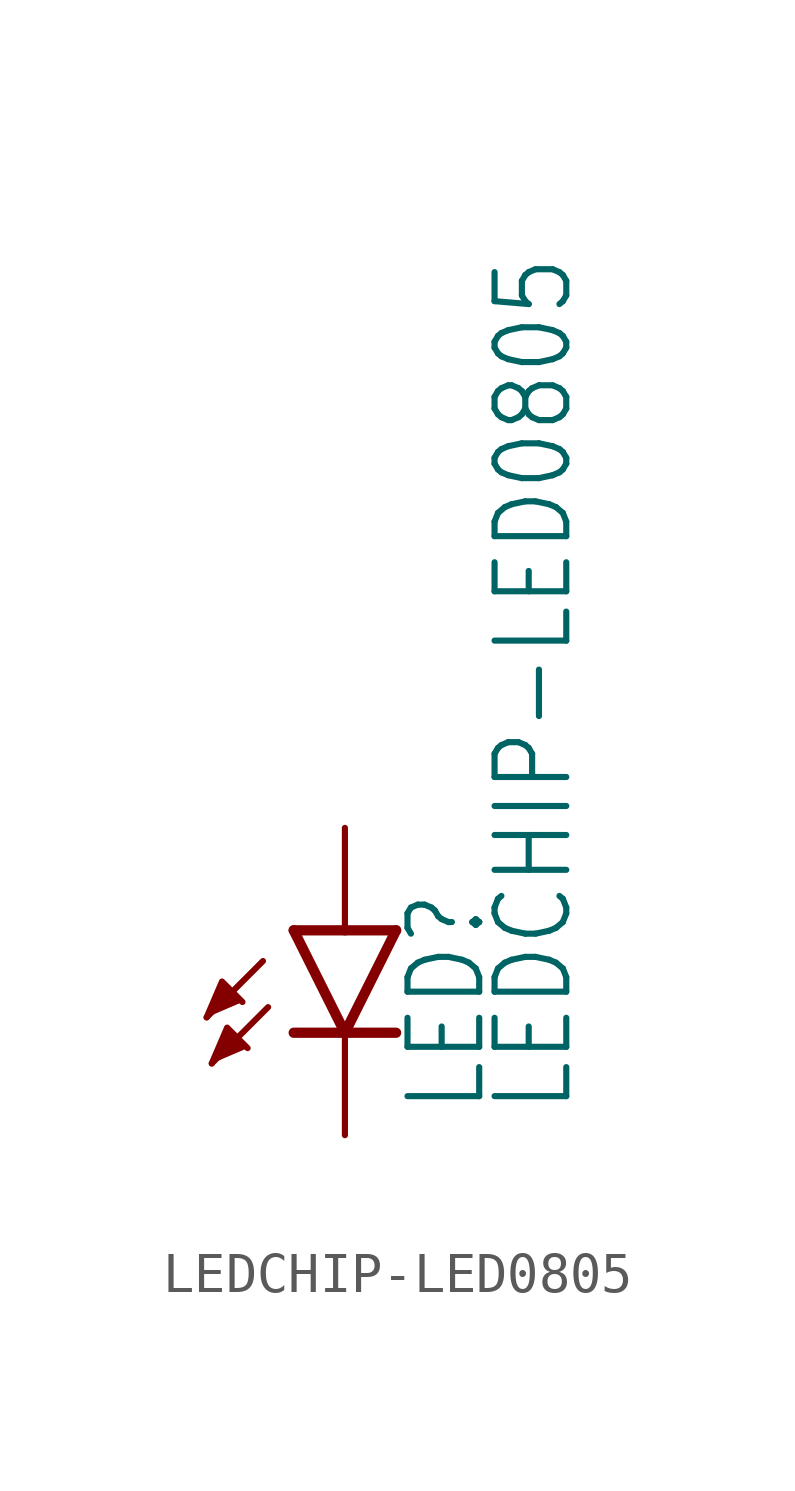
<source format=kicad_sym>
(kicad_symbol_lib
  (version 20200126)
  (host kicad_symbol_editor "(5.99.0-2281-g2f31bf278-dirty)")
  (symbol "LEDCHIP-LED0805"
    (property "Reference" "LED"
      (at 3.556 -4.572 90)
      (effects (font (size 1.778 1.511)) (justify left bottom)))
    (property "Value" "LEDCHIP-LED0805"
      (at 5.715 -4.572 90)
      (effects (font (size 1.778 1.511)) (justify left bottom)))
    (property "ki_locked" ""
      (at 0 0 0)
      (effects (font (size 1.27 1.27))))
    (symbol "LEDCHIP-LED0805_1_0"
      (polyline (pts (xy 1.27 0) (xy 0 -2.54)) (stroke (width 0.254)) (fill (type none)))
      (polyline (pts (xy 0 -2.54) (xy -1.27 0)) (stroke (width 0.254)) (fill (type none)))
      (polyline (pts (xy 1.27 -2.54) (xy 0 -2.54)) (stroke (width 0.254)) (fill (type none)))
      (polyline (pts (xy 0 -2.54) (xy -1.27 -2.54)) (stroke (width 0.254)) (fill (type none)))
      (polyline (pts (xy 1.27 0) (xy 0 0)) (stroke (width 0.254)) (fill (type none)))
      (polyline (pts (xy 0 0) (xy -1.27 0)) (stroke (width 0.254)) (fill (type none)))
      (polyline (pts (xy -2.032 -0.762) (xy -3.429 -2.159)) (stroke (width 0.152)) (fill (type none)))
      (polyline (pts (xy -1.905 -1.905) (xy -3.302 -3.302)) (stroke (width 0.152)) (fill (type none)))
      (polyline (pts (xy -3.429 -2.159) (xy -3.048 -1.27) (xy -2.54 -1.778)) (stroke (width 0)) (fill (type outline)))
      (polyline (pts (xy -3.302 -3.302) (xy -2.921 -2.413) (xy -2.413 -2.921)) (stroke (width 0)) (fill (type outline)))
      (pin passive line (at 0 -5.08 90) (length 2.54) (name "C" (effects (font (size 0 0)))) (number "C" (effects (font (size 0 0)))))
      (pin passive line (at 0 2.54 270) (length 2.54) (name "A" (effects (font (size 0 0)))) (number "A" (effects (font (size 0 0))))))))
</source>
